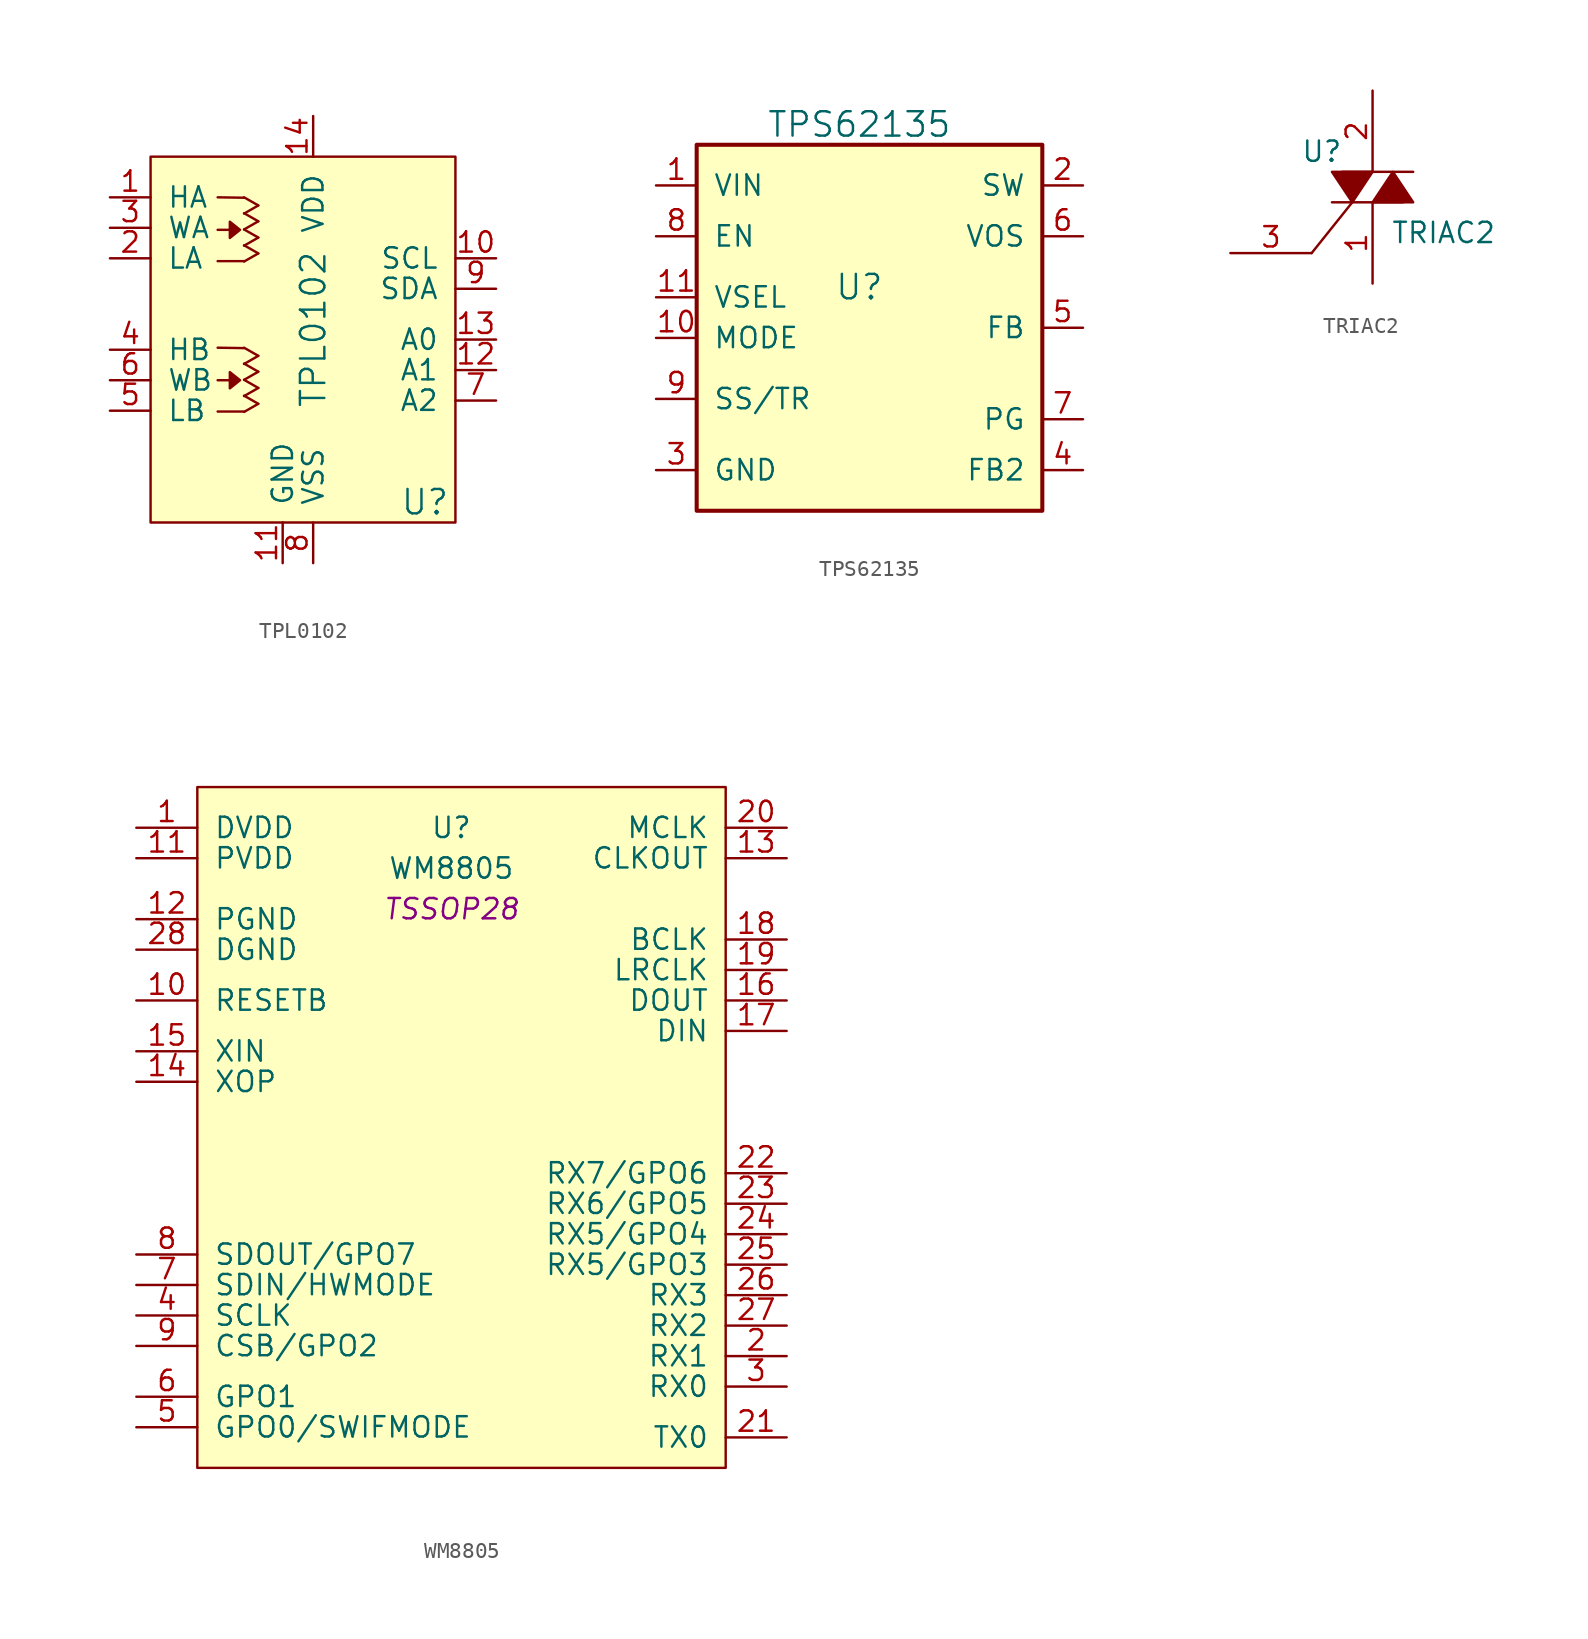
<source format=kicad_sym>
(kicad_symbol_lib
  (version 20211014)
  (generator kicad_symbol_editor)
  (symbol "TPL0102"
    (pin_names
      (offset 1.016))
    (property "Reference" "U"
      (at 8.89 -12.065 0)
      (effects (font (size 1.524 1.524))))
    (property "Value" "TPL0102"
      (at 1.905 -1.27 90)
      (effects (font (size 1.524 1.524))))
    (symbol "TPL0102_0_1"
      (rectangle (start -8.255 9.525) (end 10.795 -13.335) (stroke (width 0) (type default) (color 0 0 0 0)) (fill (type background)))
      (polyline (pts (xy -4.064 -2.413) (xy -2.413 -2.438)) (stroke (width 0) (type default) (color 0 0 0 0)) (fill (type none)))
      (polyline (pts (xy -4.064 6.985) (xy -2.413 6.96)) (stroke (width 0) (type default) (color 0 0 0 0)) (fill (type none)))
      (polyline (pts (xy -2.413 -5.41) (xy -1.524 -5.918)) (stroke (width 0) (type default) (color 0 0 0 0)) (fill (type none)))
      (polyline (pts (xy -2.413 -4.42) (xy -1.524 -4.928)) (stroke (width 0) (type default) (color 0 0 0 0)) (fill (type none)))
      (polyline (pts (xy -2.413 -3.404) (xy -1.524 -3.912)) (stroke (width 0) (type default) (color 0 0 0 0)) (fill (type none)))
      (polyline (pts (xy -2.413 -2.413) (xy -1.524 -2.921)) (stroke (width 0) (type default) (color 0 0 0 0)) (fill (type none)))
      (polyline (pts (xy -2.413 3.988) (xy -1.524 3.48)) (stroke (width 0) (type default) (color 0 0 0 0)) (fill (type none)))
      (polyline (pts (xy -2.413 4.978) (xy -1.524 4.47)) (stroke (width 0) (type default) (color 0 0 0 0)) (fill (type none)))
      (polyline (pts (xy -2.413 5.994) (xy -1.524 5.486)) (stroke (width 0) (type default) (color 0 0 0 0)) (fill (type none)))
      (polyline (pts (xy -2.413 6.985) (xy -1.524 6.477)) (stroke (width 0) (type default) (color 0 0 0 0)) (fill (type none)))
      (polyline (pts (xy -2.388 -6.401) (xy -4.064 -6.401)) (stroke (width 0) (type default) (color 0 0 0 0)) (fill (type none)))
      (polyline (pts (xy -2.388 2.997) (xy -4.064 2.997)) (stroke (width 0) (type default) (color 0 0 0 0)) (fill (type none)))
      (polyline (pts (xy -1.524 -5.918) (xy -2.413 -6.426)) (stroke (width 0) (type default) (color 0 0 0 0)) (fill (type none)))
      (polyline (pts (xy -1.524 -4.928) (xy -2.413 -5.436)) (stroke (width 0) (type default) (color 0 0 0 0)) (fill (type none)))
      (polyline (pts (xy -1.524 -3.912) (xy -2.413 -4.42)) (stroke (width 0) (type default) (color 0 0 0 0)) (fill (type none)))
      (polyline (pts (xy -1.524 -2.921) (xy -2.413 -3.429)) (stroke (width 0) (type default) (color 0 0 0 0)) (fill (type none)))
      (polyline (pts (xy -1.524 3.48) (xy -2.413 2.972)) (stroke (width 0) (type default) (color 0 0 0 0)) (fill (type none)))
      (polyline (pts (xy -1.524 4.47) (xy -2.413 3.962)) (stroke (width 0) (type default) (color 0 0 0 0)) (fill (type none)))
      (polyline (pts (xy -1.524 5.486) (xy -2.413 4.978)) (stroke (width 0) (type default) (color 0 0 0 0)) (fill (type none)))
      (polyline (pts (xy -1.524 6.477) (xy -2.413 5.969)) (stroke (width 0) (type default) (color 0 0 0 0)) (fill (type none)))
      (polyline (pts (xy -4.064 -4.445) (xy -3.302 -4.445) (xy -3.302 -3.937) (xy -2.667 -4.445) (xy -3.302 -4.953) (xy -3.302 -4.445)) (stroke (width 0) (type default) (color 0 0 0 0)) (fill (type outline)))
      (polyline (pts (xy -4.064 4.953) (xy -3.302 4.953) (xy -3.302 5.461) (xy -2.667 4.953) (xy -3.302 4.445) (xy -3.302 4.953)) (stroke (width 0) (type default) (color 0 0 0 0)) (fill (type outline))))
    (symbol "TPL0102_1_1"
      (pin input line (at -10.795 6.985 0) (length 2.54) (name "HA" (effects (font (size 1.27 1.27)))) (number "1" (effects (font (size 1.27 1.27)))))
      (pin input line (at 13.335 3.175 180) (length 2.54) (name "SCL" (effects (font (size 1.27 1.27)))) (number "10" (effects (font (size 1.27 1.27)))))
      (pin input line (at 0 -15.875 90) (length 2.54) (name "GND" (effects (font (size 1.27 1.27)))) (number "11" (effects (font (size 1.27 1.27)))))
      (pin input line (at 13.335 -3.81 180) (length 2.54) (name "A1" (effects (font (size 1.27 1.27)))) (number "12" (effects (font (size 1.27 1.27)))))
      (pin input line (at 13.335 -1.905 180) (length 2.54) (name "A0" (effects (font (size 1.27 1.27)))) (number "13" (effects (font (size 1.27 1.27)))))
      (pin input line (at 1.905 12.065 270) (length 2.54) (name "VDD" (effects (font (size 1.27 1.27)))) (number "14" (effects (font (size 1.27 1.27)))))
      (pin input line (at -10.795 3.175 0) (length 2.54) (name "LA" (effects (font (size 1.27 1.27)))) (number "2" (effects (font (size 1.27 1.27)))))
      (pin input line (at -10.795 5.08 0) (length 2.54) (name "WA" (effects (font (size 1.27 1.27)))) (number "3" (effects (font (size 1.27 1.27)))))
      (pin input line (at -10.795 -2.54 0) (length 2.54) (name "HB" (effects (font (size 1.27 1.27)))) (number "4" (effects (font (size 1.27 1.27)))))
      (pin input line (at -10.795 -6.35 0) (length 2.54) (name "LB" (effects (font (size 1.27 1.27)))) (number "5" (effects (font (size 1.27 1.27)))))
      (pin input line (at -10.795 -4.445 0) (length 2.54) (name "WB" (effects (font (size 1.27 1.27)))) (number "6" (effects (font (size 1.27 1.27)))))
      (pin input line (at 13.335 -5.715 180) (length 2.54) (name "A2" (effects (font (size 1.27 1.27)))) (number "7" (effects (font (size 1.27 1.27)))))
      (pin input line (at 1.905 -15.875 90) (length 2.54) (name "VSS" (effects (font (size 1.27 1.27)))) (number "8" (effects (font (size 1.27 1.27)))))
      (pin input line (at 13.335 1.27 180) (length 2.54) (name "SDA" (effects (font (size 1.27 1.27)))) (number "9" (effects (font (size 1.27 1.27)))))))
  (symbol "TPS62135"
    (pin_names
      (offset 1.016))
    (property "Reference" "U"
      (at -0.635 3.175 0)
      (effects (font (size 1.524 1.524))))
    (property "Value" "TPS62135"
      (at -0.635 13.335 0)
      (effects (font (size 1.524 1.524))))
    (symbol "TPS62135_0_1"
      (rectangle (start -10.795 12.065) (end 10.795 -10.795) (stroke (width 0.254) (type default) (color 0 0 0 0)) (fill (type background))))
    (symbol "TPS62135_1_1"
      (pin input line (at -13.335 9.525 0) (length 2.54) (name "VIN" (effects (font (size 1.27 1.27)))) (number "1" (effects (font (size 1.27 1.27)))))
      (pin input line (at -13.335 0 0) (length 2.54) (name "MODE" (effects (font (size 1.27 1.27)))) (number "10" (effects (font (size 1.27 1.27)))))
      (pin input line (at -13.335 2.54 0) (length 2.54) (name "VSEL" (effects (font (size 1.27 1.27)))) (number "11" (effects (font (size 1.27 1.27)))))
      (pin input line (at 13.335 9.525 180) (length 2.54) (name "SW" (effects (font (size 1.27 1.27)))) (number "2" (effects (font (size 1.27 1.27)))))
      (pin input line (at -13.335 -8.255 0) (length 2.54) (name "GND" (effects (font (size 1.27 1.27)))) (number "3" (effects (font (size 1.27 1.27)))))
      (pin input line (at 13.335 -8.255 180) (length 2.54) (name "FB2" (effects (font (size 1.27 1.27)))) (number "4" (effects (font (size 1.27 1.27)))))
      (pin input line (at 13.335 0.635 180) (length 2.54) (name "FB" (effects (font (size 1.27 1.27)))) (number "5" (effects (font (size 1.27 1.27)))))
      (pin input line (at 13.335 6.35 180) (length 2.54) (name "VOS" (effects (font (size 1.27 1.27)))) (number "6" (effects (font (size 1.27 1.27)))))
      (pin input line (at 13.335 -5.08 180) (length 2.54) (name "PG" (effects (font (size 1.27 1.27)))) (number "7" (effects (font (size 1.27 1.27)))))
      (pin input line (at -13.335 6.35 0) (length 2.54) (name "EN" (effects (font (size 1.27 1.27)))) (number "8" (effects (font (size 1.27 1.27)))))
      (pin input line (at -13.335 -3.81 0) (length 2.54) (name "SS/TR" (effects (font (size 1.27 1.27)))) (number "9" (effects (font (size 1.27 1.27)))))))
  (symbol "TRIAC2"
    (pin_names
      (offset 0.254))
    (property "Reference" "U"
      (at -3.175 3.175 0)
      (effects (font (size 1.27 1.27))))
    (property "Value" "TRIAC2"
      (at 4.445 -1.905 0)
      (effects (font (size 1.27 1.27))))
    (property "Footprint" ""
      (at 0 1.27 0)
      (effects (font (size 1.27 1.27))))
    (property "Datasheet" ""
      (at 0 1.27 0)
      (effects (font (size 1.27 1.27))))
    (symbol "TRIAC2_0_1"
      (polyline (pts (xy -1.905 1.905) (xy 2.54 1.905)) (stroke (width 0) (type default) (color 0 0 0 0)) (fill (type none)))
      (polyline (pts (xy -1.27 0) (xy -3.81 -3.175)) (stroke (width 0) (type default) (color 0 0 0 0)) (fill (type none)))
      (polyline (pts (xy 1.905 0) (xy -2.54 0)) (stroke (width 0) (type default) (color 0 0 0 0)) (fill (type none)))
      (polyline (pts (xy -1.27 0) (xy 0 1.905) (xy -2.54 1.905) (xy -1.27 0)) (stroke (width 0) (type default) (color 0 0 0 0)) (fill (type outline)))
      (polyline (pts (xy 1.27 1.905) (xy 0 0) (xy 2.54 0) (xy 1.27 1.905)) (stroke (width 0) (type default) (color 0 0 0 0)) (fill (type outline))))
    (symbol "TRIAC2_1_1"
      (pin input line (at 0 -5.08 90) (length 5.08) (name "~" (effects (font (size 1.27 1.27)))) (number "1" (effects (font (size 1.27 1.27)))))
      (pin input line (at 0 6.985 270) (length 5.08) (name "~" (effects (font (size 1.27 1.27)))) (number "2" (effects (font (size 1.27 1.27)))))
      (pin input line (at -8.89 -3.175 0) (length 5.08) (name "~" (effects (font (size 1.27 1.27)))) (number "3" (effects (font (size 1.27 1.27)))))))
  (symbol "WM8805"
    (pin_names
      (offset 1.016))
    (property "Reference" "U"
      (at -0.635 19.685 0)
      (effects (font (size 1.27 1.27))))
    (property "Value" "WM8805"
      (at -0.635 17.145 0)
      (effects (font (size 1.27 1.27))))
    (property "Footprint" "TSSOP28"
      (at -0.635 14.605 0)
      (effects (font (size 1.27 1.27) italic)))
    (symbol "WM8805_0_1"
      (rectangle (start -16.51 22.225) (end 16.51 -20.32) (stroke (width 0) (type default) (color 0 0 0 0)) (fill (type background))))
    (symbol "WM8805_1_1"
      (pin power_in line (at -20.32 19.685 0) (length 3.81) (name "DVDD" (effects (font (size 1.27 1.27)))) (number "1" (effects (font (size 1.27 1.27)))))
      (pin input line (at -20.32 8.89 0) (length 3.81) (name "RESETB" (effects (font (size 1.27 1.27)))) (number "10" (effects (font (size 1.27 1.27)))))
      (pin power_in line (at -20.32 17.78 0) (length 3.81) (name "PVDD" (effects (font (size 1.27 1.27)))) (number "11" (effects (font (size 1.27 1.27)))))
      (pin power_in line (at -20.32 13.97 0) (length 3.81) (name "PGND" (effects (font (size 1.27 1.27)))) (number "12" (effects (font (size 1.27 1.27)))))
      (pin output line (at 20.32 17.78 180) (length 3.81) (name "CLKOUT" (effects (font (size 1.27 1.27)))) (number "13" (effects (font (size 1.27 1.27)))))
      (pin bidirectional line (at -20.32 3.81 0) (length 3.81) (name "XOP" (effects (font (size 1.27 1.27)))) (number "14" (effects (font (size 1.27 1.27)))))
      (pin bidirectional line (at -20.32 5.715 0) (length 3.81) (name "XIN" (effects (font (size 1.27 1.27)))) (number "15" (effects (font (size 1.27 1.27)))))
      (pin output line (at 20.32 8.89 180) (length 3.81) (name "DOUT" (effects (font (size 1.27 1.27)))) (number "16" (effects (font (size 1.27 1.27)))))
      (pin input line (at 20.32 6.985 180) (length 3.81) (name "DIN" (effects (font (size 1.27 1.27)))) (number "17" (effects (font (size 1.27 1.27)))))
      (pin bidirectional line (at 20.32 12.7 180) (length 3.81) (name "BCLK" (effects (font (size 1.27 1.27)))) (number "18" (effects (font (size 1.27 1.27)))))
      (pin bidirectional line (at 20.32 10.795 180) (length 3.81) (name "LRCLK" (effects (font (size 1.27 1.27)))) (number "19" (effects (font (size 1.27 1.27)))))
      (pin input line (at 20.32 -13.335 180) (length 3.81) (name "RX1" (effects (font (size 1.27 1.27)))) (number "2" (effects (font (size 1.27 1.27)))))
      (pin bidirectional line (at 20.32 19.685 180) (length 3.81) (name "MCLK" (effects (font (size 1.27 1.27)))) (number "20" (effects (font (size 1.27 1.27)))))
      (pin output line (at 20.32 -18.415 180) (length 3.81) (name "TX0" (effects (font (size 1.27 1.27)))) (number "21" (effects (font (size 1.27 1.27)))))
      (pin input line (at 20.32 -1.905 180) (length 3.81) (name "RX7/GPO6" (effects (font (size 1.27 1.27)))) (number "22" (effects (font (size 1.27 1.27)))))
      (pin input line (at 20.32 -3.81 180) (length 3.81) (name "RX6/GPO5" (effects (font (size 1.27 1.27)))) (number "23" (effects (font (size 1.27 1.27)))))
      (pin input line (at 20.32 -5.715 180) (length 3.81) (name "RX5/GPO4" (effects (font (size 1.27 1.27)))) (number "24" (effects (font (size 1.27 1.27)))))
      (pin input line (at 20.32 -7.62 180) (length 3.81) (name "RX5/GPO3" (effects (font (size 1.27 1.27)))) (number "25" (effects (font (size 1.27 1.27)))))
      (pin input line (at 20.32 -9.525 180) (length 3.81) (name "RX3" (effects (font (size 1.27 1.27)))) (number "26" (effects (font (size 1.27 1.27)))))
      (pin input line (at 20.32 -11.43 180) (length 3.81) (name "RX2" (effects (font (size 1.27 1.27)))) (number "27" (effects (font (size 1.27 1.27)))))
      (pin power_in line (at -20.32 12.065 0) (length 3.81) (name "DGND" (effects (font (size 1.27 1.27)))) (number "28" (effects (font (size 1.27 1.27)))))
      (pin input line (at 20.32 -15.24 180) (length 3.81) (name "RX0" (effects (font (size 1.27 1.27)))) (number "3" (effects (font (size 1.27 1.27)))))
      (pin input line (at -20.32 -10.795 0) (length 3.81) (name "SCLK" (effects (font (size 1.27 1.27)))) (number "4" (effects (font (size 1.27 1.27)))))
      (pin output line (at -20.32 -17.78 0) (length 3.81) (name "GPO0/SWIFMODE" (effects (font (size 1.27 1.27)))) (number "5" (effects (font (size 1.27 1.27)))))
      (pin output line (at -20.32 -15.875 0) (length 3.81) (name "GPO1" (effects (font (size 1.27 1.27)))) (number "6" (effects (font (size 1.27 1.27)))))
      (pin input line (at -20.32 -8.89 0) (length 3.81) (name "SDIN/HWMODE" (effects (font (size 1.27 1.27)))) (number "7" (effects (font (size 1.27 1.27)))))
      (pin output line (at -20.32 -6.985 0) (length 3.81) (name "SDOUT/GPO7" (effects (font (size 1.27 1.27)))) (number "8" (effects (font (size 1.27 1.27)))))
      (pin input line (at -20.32 -12.7 0) (length 3.81) (name "CSB/GPO2" (effects (font (size 1.27 1.27)))) (number "9" (effects (font (size 1.27 1.27))))))))
</source>
